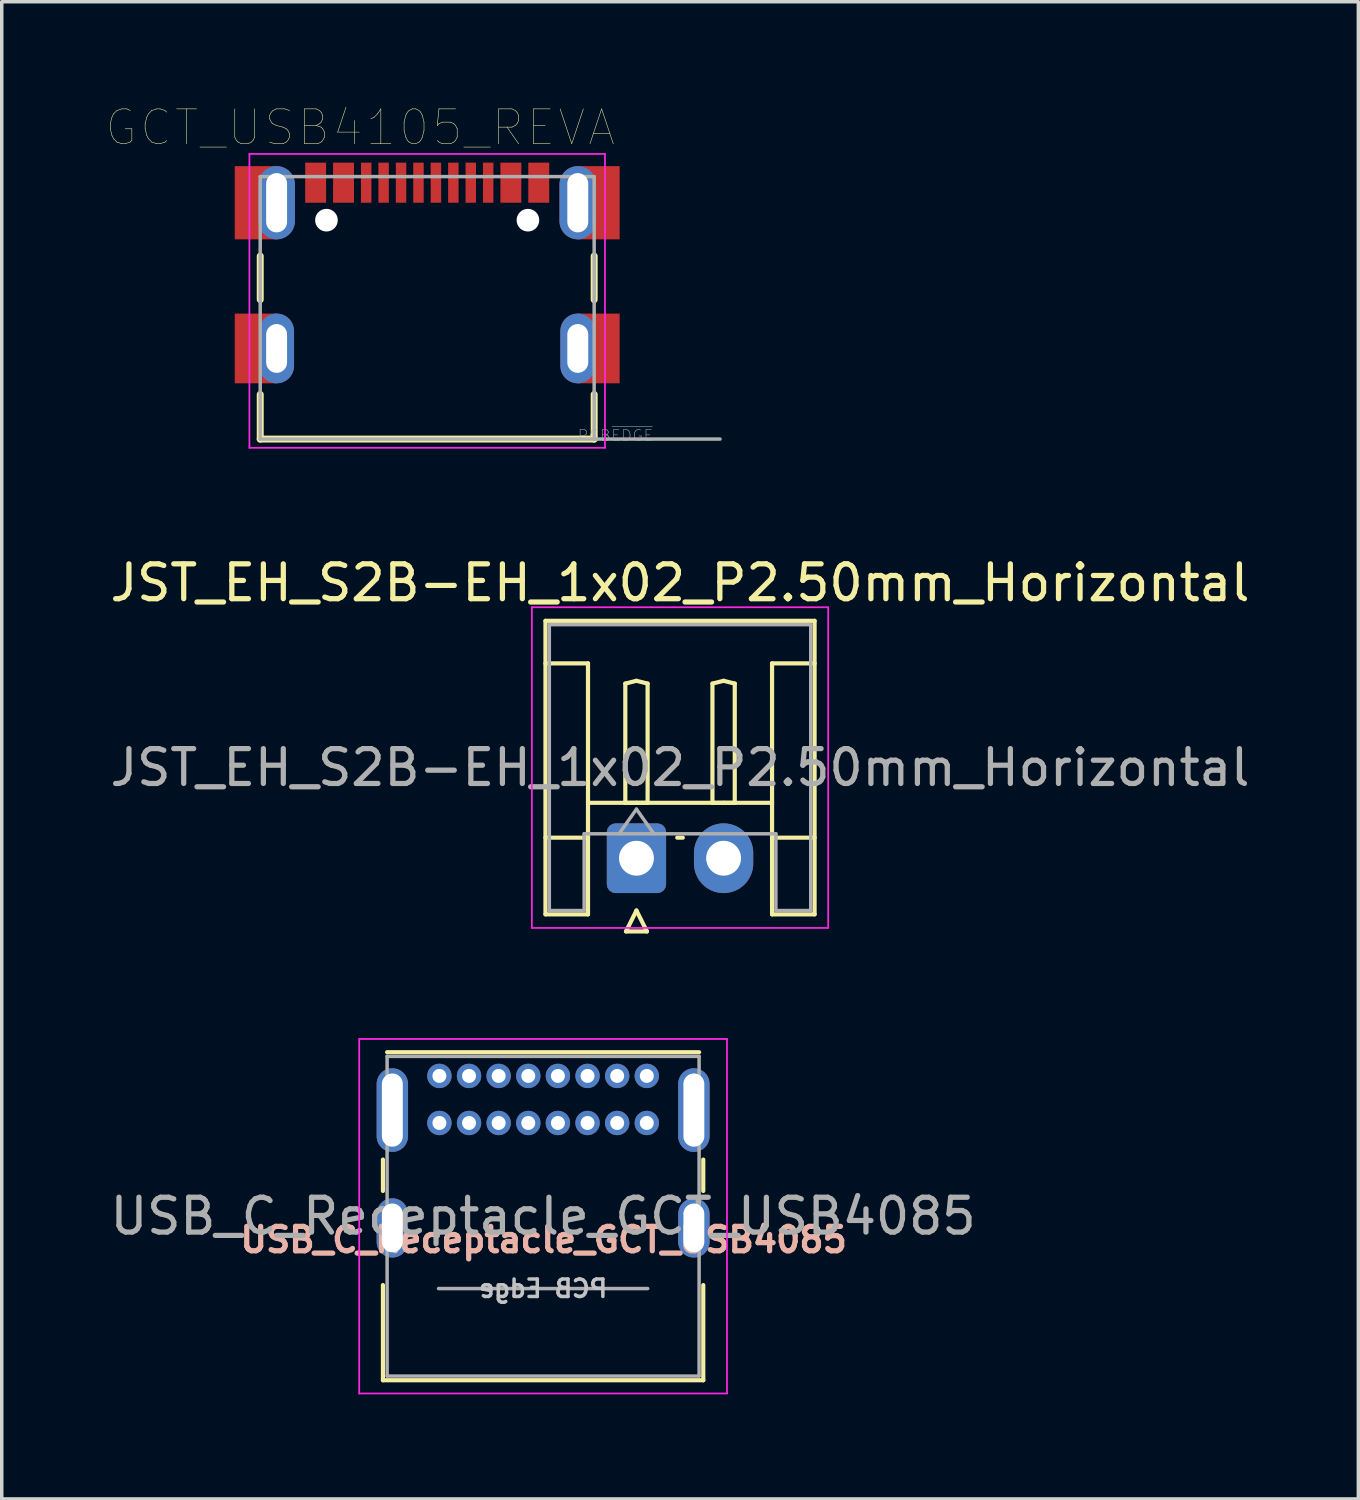
<source format=kicad_pcb>
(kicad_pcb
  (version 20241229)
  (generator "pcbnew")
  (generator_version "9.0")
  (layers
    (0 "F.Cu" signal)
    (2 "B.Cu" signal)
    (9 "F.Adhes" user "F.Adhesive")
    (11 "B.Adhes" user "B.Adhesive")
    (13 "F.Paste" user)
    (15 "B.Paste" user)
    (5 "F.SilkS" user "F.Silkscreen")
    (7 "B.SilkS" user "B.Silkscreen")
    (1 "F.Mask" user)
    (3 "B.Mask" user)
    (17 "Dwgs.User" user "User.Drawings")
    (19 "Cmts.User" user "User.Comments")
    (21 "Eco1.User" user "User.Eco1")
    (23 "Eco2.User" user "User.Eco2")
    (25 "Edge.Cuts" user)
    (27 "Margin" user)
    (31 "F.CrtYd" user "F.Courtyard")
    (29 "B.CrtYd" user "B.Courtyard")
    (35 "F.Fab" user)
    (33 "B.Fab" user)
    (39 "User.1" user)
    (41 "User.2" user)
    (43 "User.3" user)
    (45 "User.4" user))
  (footprint "GCT_USB4105_REVA"
    (layer "F.Cu")
    (at 9.205 6.946)
    (property "Reference" "GCT_USB4105_REVA" (at -1.925 -6.335 0) (layer "F.SilkS") (effects (font (size 1 1) (thickness 0.015))))
    (attr through_hole)
    (fp_line (start -4.79 -2.65) (end -4.79 -1.4) (stroke (width 0.2) (type solid)) (layer "F.SilkS"))
    (fp_line (start -4.79 1.32) (end -4.79 2.6) (stroke (width 0.2) (type solid)) (layer "F.SilkS"))
    (fp_line (start -4.79 2.6) (end 4.79 2.6) (stroke (width 0.2) (type solid)) (layer "F.SilkS"))
    (fp_line (start 4.79 -2.65) (end 4.79 -1.4) (stroke (width 0.2) (type solid)) (layer "F.SilkS"))
    (fp_line (start 4.79 2.6) (end 4.79 1.32) (stroke (width 0.2) (type solid)) (layer "F.SilkS"))
    (fp_poly (pts (xy -3.8 -3.56) (xy -4.02 -3.56) (xy -4.02 -3.65) (xy -4.02 -4.74) (xy -3.8 -4.74)) (stroke (width 0) (type solid)) (fill yes) (layer "F.Paste"))
    (fp_poly (pts (xy 4.02 -3.58) (xy 3.8 -3.58) (xy 3.8 -3.67) (xy 3.8 -4.76) (xy 4.02 -4.76)) (stroke (width 0) (type solid)) (fill yes) (layer "F.Paste"))
    (fp_poly (pts (xy -4.01 -0.89) (xy -3.93 -0.81) (xy -3.87 -0.72) (xy -3.84 -0.63) (xy -3.82 -0.52) (xy -3.82 0.5) (xy -3.83 0.61) (xy -3.86 0.7) (xy -3.92 0.8) (xy -4.02 0.9)) (stroke (width 0) (type solid)) (fill yes) (layer "F.Paste"))
    (fp_poly (pts (xy 4.01 0.89) (xy 3.93 0.81) (xy 3.87 0.72) (xy 3.84 0.63) (xy 3.82 0.52) (xy 3.82 -0.5) (xy 3.83 -0.61) (xy 3.86 -0.7) (xy 3.92 -0.8) (xy 4.02 -0.9)) (stroke (width 0) (type solid)) (fill yes) (layer "F.Paste"))
    (fp_poly (pts (xy 4.63 -0.89) (xy 4.71 -0.81) (xy 4.77 -0.72) (xy 4.8 -0.63) (xy 4.82 -0.52) (xy 4.82 0.5) (xy 4.81 0.61) (xy 4.78 0.7) (xy 4.72 0.8) (xy 4.62 0.9)) (stroke (width 0) (type solid)) (fill yes) (layer "F.Paste"))
    (fp_poly (pts (xy -4.62 0.42) (xy -4.6 0.52) (xy -4.55 0.6) (xy -4.46 0.67) (xy -4.34 0.71) (xy -4.34 1) (xy -5.52 1) (xy -5.52 -1) (xy -4.39 -1) (xy -4.39 -0.7) (xy -4.49 -0.66) (xy -4.55 -0.6) (xy -4.6 -0.53) (xy -4.62 -0.43)) (stroke (width 0) (type solid)) (fill yes) (layer "F.Paste"))
    (fp_poly (pts (xy 4.62 -0.42) (xy 4.6 -0.52) (xy 4.55 -0.6) (xy 4.46 -0.67) (xy 4.34 -0.71) (xy 4.34 -1) (xy 5.52 -1) (xy 5.52 1) (xy 4.39 1) (xy 4.39 0.7) (xy 4.49 0.66) (xy 4.55 0.6) (xy 4.6 0.53) (xy 4.62 0.43)) (stroke (width 0) (type solid)) (fill yes) (layer "F.Paste"))
    (fp_poly (pts (xy -5.52 -5.23) (xy -4.33 -5.23) (xy -4.33 -5.04) (xy -4.45 -5.01) (xy -4.51 -4.97) (xy -4.56 -4.92) (xy -4.6 -4.85) (xy -4.62 -4.78) (xy -4.62 -3.6) (xy -4.61 -3.53) (xy -4.575 -3.47) (xy -4.53 -3.41) (xy -4.44 -3.35) (xy -4.36 -3.33) (xy -4.36 -3.13) (xy -5.52 -3.13)) (stroke (width 0) (type solid)) (fill yes) (layer "F.Paste"))
    (fp_poly (pts (xy 5.52 -3.13) (xy 4.33 -3.13) (xy 4.33 -3.32) (xy 4.45 -3.35) (xy 4.51 -3.39) (xy 4.56 -3.44) (xy 4.6 -3.51) (xy 4.62 -3.58) (xy 4.62 -4.76) (xy 4.61 -4.83) (xy 4.575 -4.89) (xy 4.53 -4.95) (xy 4.44 -5.01) (xy 4.36 -5.03) (xy 4.36 -5.23) (xy 5.52 -5.23)) (stroke (width 0) (type solid)) (fill yes) (layer "F.Paste"))
    (fp_line (start -5.1 -5.58) (end -5.1 2.85) (stroke (width 0.05) (type solid)) (layer "F.CrtYd"))
    (fp_line (start -5.1 2.85) (end 5.1 2.85) (stroke (width 0.05) (type solid)) (layer "F.CrtYd"))
    (fp_line (start 5.1 -5.58) (end -5.1 -5.58) (stroke (width 0.05) (type solid)) (layer "F.CrtYd"))
    (fp_line (start 5.1 2.85) (end 5.1 -5.58) (stroke (width 0.05) (type solid)) (layer "F.CrtYd"))
    (fp_line (start -4.79 -4.93) (end 4.79 -4.93) (stroke (width 0.1) (type solid)) (layer "F.Fab"))
    (fp_line (start -4.79 2.6) (end -4.79 -4.93) (stroke (width 0.1) (type solid)) (layer "F.Fab"))
    (fp_line (start 4.79 -4.93) (end 4.79 2.6) (stroke (width 0.1) (type solid)) (layer "F.Fab"))
    (fp_line (start 4.79 2.6) (end -4.79 2.6) (stroke (width 0.1) (type solid)) (layer "F.Fab"))
    (fp_line (start 4.8 2.6) (end 8.4 2.6) (stroke (width 0.1) (type solid)) (layer "F.Fab"))
    (fp_text user "PCB~{EDGE}" (at 5.4 2.5 0) (layer "F.Fab") (effects (font (size 0.32 0.32) (thickness 0.015))))
    (pad "" np_thru_hole circle (at -2.89 -3.68) (size 0.65 0.65) (drill 0.65) (layers "*.Cu" "*.Mask"))
    (pad "" np_thru_hole circle (at 2.89 -3.68) (size 0.65 0.65) (drill 0.65) (layers "*.Cu" "*.Mask"))
    (pad "A1/B12" smd rect (at -3.2 -4.755) (size 0.6 1.15) (layers "F.Cu" "F.Mask" "F.Paste"))
    (pad "A4/B9" smd rect (at -2.4 -4.755) (size 0.6 1.15) (layers "F.Cu" "F.Mask" "F.Paste"))
    (pad "A5" smd rect (at -1.25 -4.755) (size 0.3 1.15) (layers "F.Cu" "F.Mask" "F.Paste"))
    (pad "A6" smd rect (at -0.25 -4.755) (size 0.3 1.15) (layers "F.Cu" "F.Mask" "F.Paste"))
    (pad "A7" smd rect (at 0.25 -4.755) (size 0.3 1.15) (layers "F.Cu" "F.Mask" "F.Paste"))
    (pad "A8" smd rect (at 1.25 -4.755) (size 0.3 1.15) (layers "F.Cu" "F.Mask" "F.Paste"))
    (pad "B1/A12" smd rect (at 3.2 -4.755) (size 0.6 1.15) (layers "F.Cu" "F.Mask" "F.Paste"))
    (pad "B4/A9" smd rect (at 2.4 -4.755) (size 0.6 1.15) (layers "F.Cu" "F.Mask" "F.Paste"))
    (pad "B5" smd rect (at 1.75 -4.755) (size 0.3 1.15) (layers "F.Cu" "F.Mask" "F.Paste"))
    (pad "B6" smd rect (at 0.75 -4.755) (size 0.3 1.15) (layers "F.Cu" "F.Mask" "F.Paste"))
    (pad "B7" smd rect (at -0.75 -4.755) (size 0.3 1.15) (layers "F.Cu" "F.Mask" "F.Paste"))
    (pad "B8" smd rect (at -1.75 -4.755) (size 0.3 1.15) (layers "F.Cu" "F.Mask" "F.Paste"))
    (pad "G1" smd rect (at -4.92 0) (size 1.2 2) (layers "F.Cu" "F.Mask"))
    (pad "G1" thru_hole oval (at -4.32 0) (size 1 2) (drill oval 0.6 1.4) (layers "F.Cu" "F.Mask"))
    (pad "G2" thru_hole oval (at 4.32 0) (size 1 2) (drill oval 0.6 1.4) (layers "F.Cu" "F.Mask"))
    (pad "G2" smd rect (at 4.92 0) (size 1.2 2) (layers "F.Cu" "F.Mask"))
    (pad "G3" smd rect (at -4.92 -4.18) (size 1.2 2.1) (layers "F.Cu" "F.Mask"))
    (pad "G3" thru_hole oval (at -4.32 -4.18) (size 1.05 2.1) (drill oval 0.6 1.7) (layers "F.Cu" "F.Mask"))
    (pad "G4" thru_hole oval (at 4.32 -4.18) (size 1.05 2.1) (drill oval 0.6 1.7) (layers "F.Cu" "F.Mask"))
    (pad "G4" smd rect (at 4.92 -4.18) (size 1.2 2.1) (layers "F.Cu" "F.Mask")))
  (footprint "USB_C_Receptacle_GCT_USB4085"
    (layer "F.Cu")
    (at 9.555 27.815)
    (property "Reference" "USB_C_Receptacle_GCT_USB4085" (at 2.99 4.7 180) (layer "B.SilkS") (effects (font (size 0.7 0.7) (thickness 0.15))))
    (attr through_hole)
    (fp_line (start -1.62 3.3) (end -1.62 2.4) (stroke (width 0.12) (type solid)) (layer "F.SilkS"))
    (fp_line (start -1.62 8.73) (end -1.62 6) (stroke (width 0.12) (type solid)) (layer "F.SilkS"))
    (fp_line (start 7.45 -0.68) (end -1.5 -0.68) (stroke (width 0.12) (type solid)) (layer "F.SilkS"))
    (fp_line (start 7.57 3.3) (end 7.57 2.4) (stroke (width 0.12) (type solid)) (layer "F.SilkS"))
    (fp_line (start 7.57 8.73) (end -1.62 8.73) (stroke (width 0.12) (type solid)) (layer "F.SilkS"))
    (fp_line (start 7.57 8.73) (end 7.57 6) (stroke (width 0.12) (type solid)) (layer "F.SilkS"))
    (fp_line (start -2.3 9.11) (end -2.3 -1.06) (stroke (width 0.05) (type solid)) (layer "F.CrtYd"))
    (fp_line (start 8.25 -1.06) (end -2.3 -1.06) (stroke (width 0.05) (type solid)) (layer "F.CrtYd"))
    (fp_line (start 8.25 9.11) (end -2.3 9.11) (stroke (width 0.05) (type solid)) (layer "F.CrtYd"))
    (fp_line (start 8.25 9.11) (end 8.25 -1.06) (stroke (width 0.05) (type solid)) (layer "F.CrtYd"))
    (fp_line (start -1.5 8.61) (end -1.5 -0.56) (stroke (width 0.1) (type solid)) (layer "F.Fab"))
    (fp_line (start 5.975 6.1) (end -0.025 6.1) (stroke (width 0.1) (type solid)) (layer "F.Fab"))
    (fp_line (start 7.45 -0.56) (end -1.5 -0.56) (stroke (width 0.1) (type solid)) (layer "F.Fab"))
    (fp_line (start 7.45 8.61) (end -1.5 8.61) (stroke (width 0.1) (type solid)) (layer "F.Fab"))
    (fp_line (start 7.45 8.61) (end 7.45 -0.56) (stroke (width 0.1) (type solid)) (layer "F.Fab"))
    (fp_text user "PCB Edge" (at 2.975 6.1 180) (layer "Dwgs.User") (effects (font (size 0.5 0.5) (thickness 0.1)) (justify mirror)))
    (fp_text user "${REFERENCE}" (at 2.975 4.025 180) (layer "F.Fab") (effects (font (size 1 1) (thickness 0.15))))
    (pad "A1" thru_hole circle (at 0 0) (size 0.7 0.7) (drill 0.4) (layers "*.Cu" "*.Mask"))
    (pad "A4" thru_hole circle (at 0.85 0) (size 0.7 0.7) (drill 0.4) (layers "*.Cu" "*.Mask"))
    (pad "A5" thru_hole circle (at 1.7 0) (size 0.7 0.7) (drill 0.4) (layers "*.Cu" "*.Mask"))
    (pad "A6" thru_hole circle (at 2.55 0) (size 0.7 0.7) (drill 0.4) (layers "*.Cu" "*.Mask"))
    (pad "A7" thru_hole circle (at 3.4 0) (size 0.7 0.7) (drill 0.4) (layers "*.Cu" "*.Mask"))
    (pad "A8" thru_hole circle (at 4.25 0) (size 0.7 0.7) (drill 0.4) (layers "*.Cu" "*.Mask"))
    (pad "A9" thru_hole circle (at 5.1 0) (size 0.7 0.7) (drill 0.4) (layers "*.Cu" "*.Mask"))
    (pad "A12" thru_hole circle (at 5.95 0) (size 0.7 0.7) (drill 0.4) (layers "*.Cu" "*.Mask"))
    (pad "B1" thru_hole circle (at 5.95 1.35) (size 0.7 0.7) (drill 0.4) (layers "*.Cu" "*.Mask"))
    (pad "B4" thru_hole circle (at 5.1 1.35) (size 0.7 0.7) (drill 0.4) (layers "*.Cu" "*.Mask"))
    (pad "B5" thru_hole circle (at 4.25 1.35) (size 0.7 0.7) (drill 0.4) (layers "*.Cu" "*.Mask"))
    (pad "B6" thru_hole circle (at 3.4 1.35) (size 0.7 0.7) (drill 0.4) (layers "*.Cu" "*.Mask"))
    (pad "B7" thru_hole circle (at 2.55 1.35) (size 0.7 0.7) (drill 0.4) (layers "*.Cu" "*.Mask"))
    (pad "B8" thru_hole circle (at 1.7 1.35) (size 0.7 0.7) (drill 0.4) (layers "*.Cu" "*.Mask"))
    (pad "B9" thru_hole circle (at 0.85 1.35) (size 0.7 0.7) (drill 0.4) (layers "*.Cu" "*.Mask"))
    (pad "B12" thru_hole circle (at 0 1.35) (size 0.7 0.7) (drill 0.4) (layers "*.Cu" "*.Mask"))
    (pad "S1" thru_hole oval (at -1.35 0.98) (size 0.9 2.4) (drill oval 0.6 2.1) (layers "*.Cu" "*.Mask"))
    (pad "S1" thru_hole oval (at -1.35 4.36) (size 0.9 1.7) (drill oval 0.6 1.4) (layers "*.Cu" "*.Mask"))
    (pad "S1" thru_hole oval (at 7.3 0.98) (size 0.9 2.4) (drill oval 0.6 2.1) (layers "*.Cu" "*.Mask"))
    (pad "S1" thru_hole oval (at 7.3 4.36) (size 0.9 1.7) (drill oval 0.6 1.4) (layers "*.Cu" "*.Mask")))
  (footprint "JST_EH_S2B-EH_1x02_P2.50mm_Horizontal"
    (layer "F.Cu")
    (at 15.208 21.57)
    (property "Reference" "JST_EH_S2B-EH_1x02_P2.50mm_Horizontal" (at 1.25 -7.9 0) (layer "F.SilkS") (effects (font (size 1 1) (thickness 0.15))))
    (attr through_hole)
    (fp_line (start -2.61 -6.81) (end 5.11 -6.81) (stroke (width 0.12) (type solid)) (layer "F.SilkS"))
    (fp_line (start -2.61 -5.59) (end -1.39 -5.59) (stroke (width 0.12) (type solid)) (layer "F.SilkS"))
    (fp_line (start -2.61 1.61) (end -2.61 -6.81) (stroke (width 0.12) (type solid)) (layer "F.SilkS"))
    (fp_line (start -1.39 -5.59) (end -1.39 -0.59) (stroke (width 0.12) (type solid)) (layer "F.SilkS"))
    (fp_line (start -1.39 -1.59) (end 3.89 -1.59) (stroke (width 0.12) (type solid)) (layer "F.SilkS"))
    (fp_line (start -1.39 -0.59) (end -2.61 -0.59) (stroke (width 0.12) (type solid)) (layer "F.SilkS"))
    (fp_line (start -1.39 -0.59) (end -1.39 1.61) (stroke (width 0.12) (type solid)) (layer "F.SilkS"))
    (fp_line (start -1.39 1.61) (end -2.61 1.61) (stroke (width 0.12) (type solid)) (layer "F.SilkS"))
    (fp_line (start -0.32 -5.01) (end 0 -5.09) (stroke (width 0.12) (type solid)) (layer "F.SilkS"))
    (fp_line (start -0.32 -1.59) (end -0.32 -5.01) (stroke (width 0.12) (type solid)) (layer "F.SilkS"))
    (fp_line (start -0.3 2.1) (end 0.3 2.1) (stroke (width 0.12) (type solid)) (layer "F.SilkS"))
    (fp_line (start 0 -5.09) (end 0.32 -5.01) (stroke (width 0.12) (type solid)) (layer "F.SilkS"))
    (fp_line (start 0 -1.59) (end -0.32 -1.59) (stroke (width 0.12) (type solid)) (layer "F.SilkS"))
    (fp_line (start 0 1.5) (end -0.3 2.1) (stroke (width 0.12) (type solid)) (layer "F.SilkS"))
    (fp_line (start 0.3 2.1) (end 0 1.5) (stroke (width 0.12) (type solid)) (layer "F.SilkS"))
    (fp_line (start 0.32 -5.01) (end 0.32 -1.59) (stroke (width 0.12) (type solid)) (layer "F.SilkS"))
    (fp_line (start 0.32 -1.59) (end 0 -1.59) (stroke (width 0.12) (type solid)) (layer "F.SilkS"))
    (fp_line (start 1.17 -0.59) (end 1.33 -0.59) (stroke (width 0.12) (type solid)) (layer "F.SilkS"))
    (fp_line (start 2.18 -5.01) (end 2.5 -5.09) (stroke (width 0.12) (type solid)) (layer "F.SilkS"))
    (fp_line (start 2.18 -1.59) (end 2.18 -5.01) (stroke (width 0.12) (type solid)) (layer "F.SilkS"))
    (fp_line (start 2.5 -5.09) (end 2.82 -5.01) (stroke (width 0.12) (type solid)) (layer "F.SilkS"))
    (fp_line (start 2.5 -1.59) (end 2.18 -1.59) (stroke (width 0.12) (type solid)) (layer "F.SilkS"))
    (fp_line (start 2.82 -5.01) (end 2.82 -1.59) (stroke (width 0.12) (type solid)) (layer "F.SilkS"))
    (fp_line (start 2.82 -1.59) (end 2.5 -1.59) (stroke (width 0.12) (type solid)) (layer "F.SilkS"))
    (fp_line (start 3.89 -5.59) (end 3.89 -0.59) (stroke (width 0.12) (type solid)) (layer "F.SilkS"))
    (fp_line (start 3.89 -0.59) (end 5.11 -0.59) (stroke (width 0.12) (type solid)) (layer "F.SilkS"))
    (fp_line (start 3.89 1.61) (end 3.89 -0.59) (stroke (width 0.12) (type solid)) (layer "F.SilkS"))
    (fp_line (start 5.11 -6.81) (end 5.11 1.61) (stroke (width 0.12) (type solid)) (layer "F.SilkS"))
    (fp_line (start 5.11 -5.59) (end 3.89 -5.59) (stroke (width 0.12) (type solid)) (layer "F.SilkS"))
    (fp_line (start 5.11 1.61) (end 3.89 1.61) (stroke (width 0.12) (type solid)) (layer "F.SilkS"))
    (fp_line (start -3 -7.2) (end -3 2) (stroke (width 0.05) (type solid)) (layer "F.CrtYd"))
    (fp_line (start -3 2) (end 5.5 2) (stroke (width 0.05) (type solid)) (layer "F.CrtYd"))
    (fp_line (start 5.5 -7.2) (end -3 -7.2) (stroke (width 0.05) (type solid)) (layer "F.CrtYd"))
    (fp_line (start 5.5 2) (end 5.5 -7.2) (stroke (width 0.05) (type solid)) (layer "F.CrtYd"))
    (fp_line (start -2.5 -6.7) (end 5 -6.7) (stroke (width 0.1) (type solid)) (layer "F.Fab"))
    (fp_line (start -2.5 1.5) (end -2.5 -6.7) (stroke (width 0.1) (type solid)) (layer "F.Fab"))
    (fp_line (start -1.5 -0.7) (end -1.5 1.5) (stroke (width 0.1) (type solid)) (layer "F.Fab"))
    (fp_line (start -1.5 1.5) (end -2.5 1.5) (stroke (width 0.1) (type solid)) (layer "F.Fab"))
    (fp_line (start -0.5 -0.7) (end 0 -1.407) (stroke (width 0.1) (type solid)) (layer "F.Fab"))
    (fp_line (start 0 -1.407) (end 0.5 -0.7) (stroke (width 0.1) (type solid)) (layer "F.Fab"))
    (fp_line (start 4 -0.7) (end -1.5 -0.7) (stroke (width 0.1) (type solid)) (layer "F.Fab"))
    (fp_line (start 4 1.5) (end 4 -0.7) (stroke (width 0.1) (type solid)) (layer "F.Fab"))
    (fp_line (start 5 -6.7) (end 5 1.5) (stroke (width 0.1) (type solid)) (layer "F.Fab"))
    (fp_line (start 5 1.5) (end 4 1.5) (stroke (width 0.1) (type solid)) (layer "F.Fab"))
    (fp_text user "${REFERENCE}" (at 1.25 -2.6 0) (layer "F.Fab") (effects (font (size 1 1) (thickness 0.15))))
    (pad "1" thru_hole roundrect (at 0 0) (size 1.7 2) (drill 1) (layers "*.Cu" "*.Mask") (roundrect_rratio 0.147))
    (pad "2" thru_hole oval (at 2.5 0) (size 1.7 2) (drill 1) (layers "*.Cu" "*.Mask")))
  (gr_rect
    (start -3 -3)
    (end 35.917 39.95)
    (stroke (width 0.1) (type default))
    (fill no)
    (layer "Edge.Cuts")))
</source>
